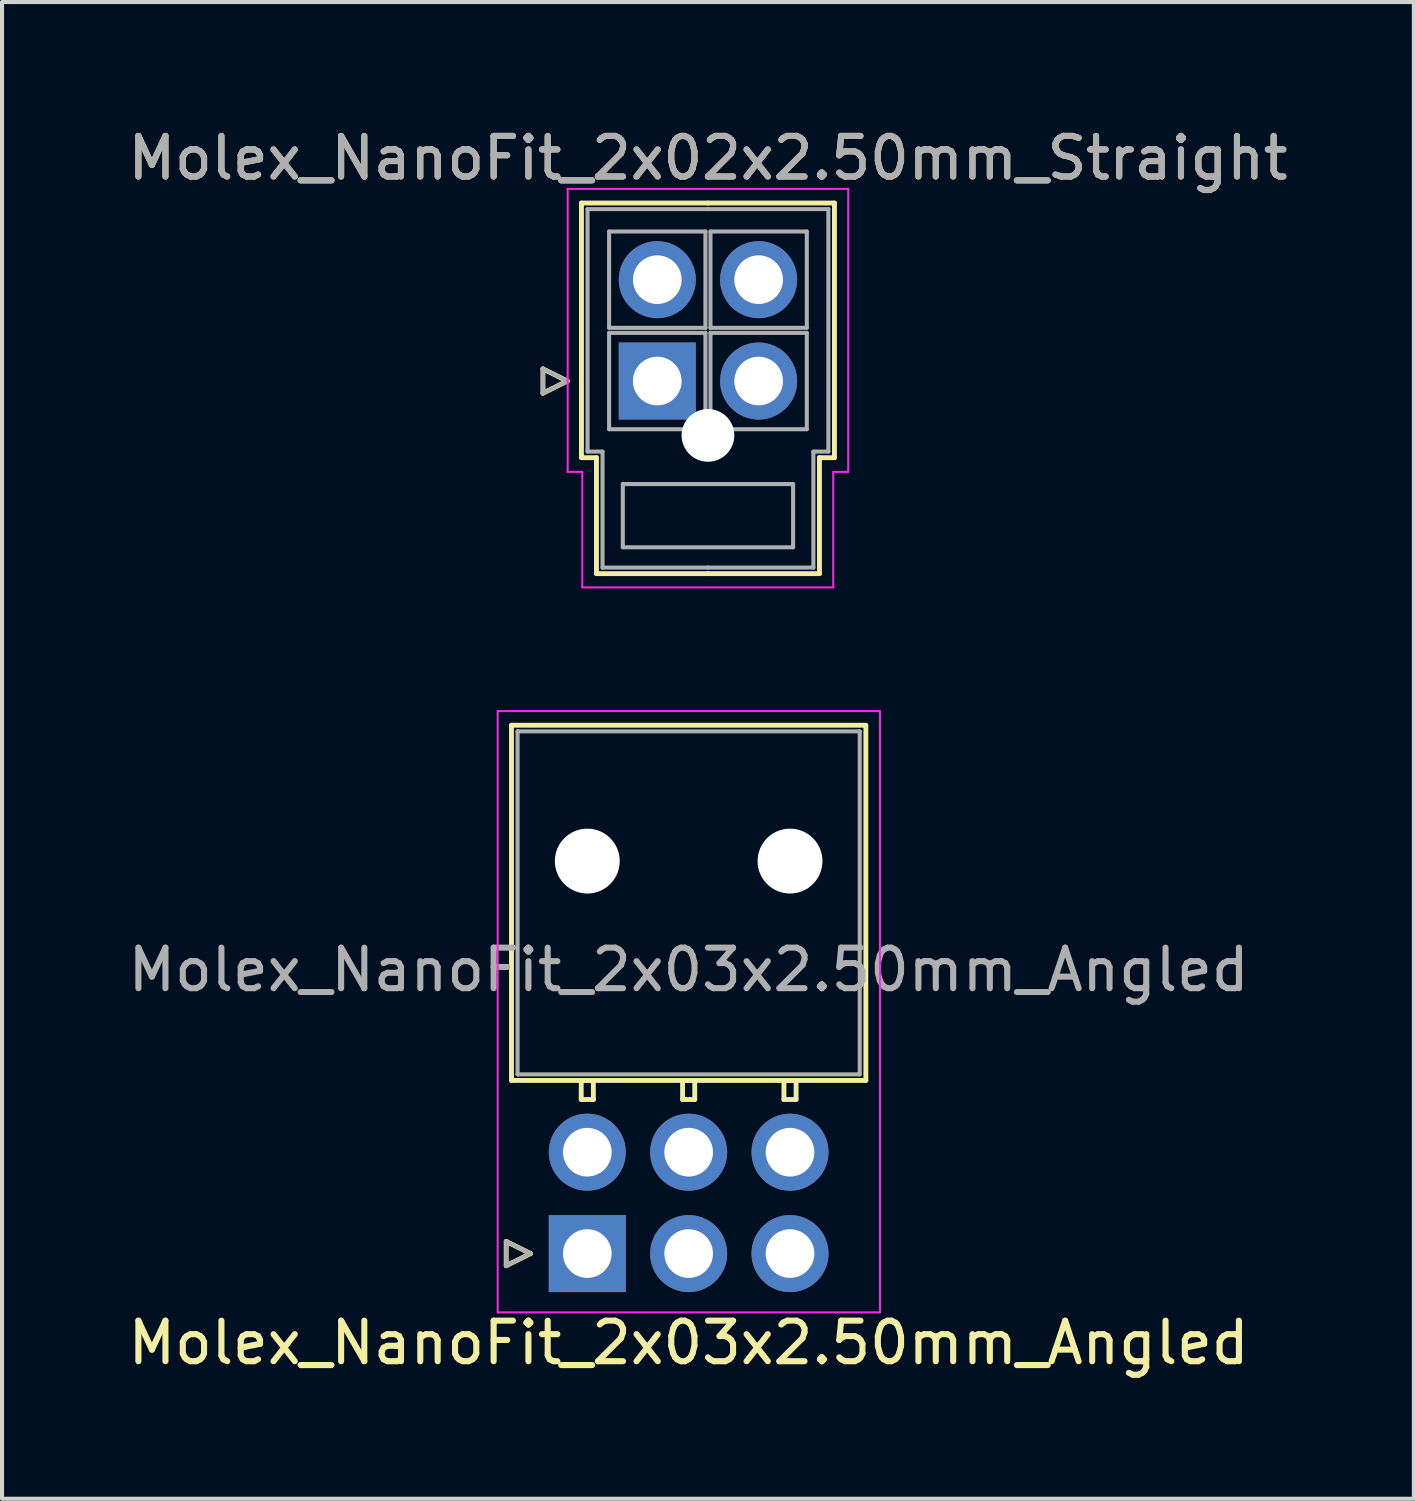
<source format=kicad_pcb>
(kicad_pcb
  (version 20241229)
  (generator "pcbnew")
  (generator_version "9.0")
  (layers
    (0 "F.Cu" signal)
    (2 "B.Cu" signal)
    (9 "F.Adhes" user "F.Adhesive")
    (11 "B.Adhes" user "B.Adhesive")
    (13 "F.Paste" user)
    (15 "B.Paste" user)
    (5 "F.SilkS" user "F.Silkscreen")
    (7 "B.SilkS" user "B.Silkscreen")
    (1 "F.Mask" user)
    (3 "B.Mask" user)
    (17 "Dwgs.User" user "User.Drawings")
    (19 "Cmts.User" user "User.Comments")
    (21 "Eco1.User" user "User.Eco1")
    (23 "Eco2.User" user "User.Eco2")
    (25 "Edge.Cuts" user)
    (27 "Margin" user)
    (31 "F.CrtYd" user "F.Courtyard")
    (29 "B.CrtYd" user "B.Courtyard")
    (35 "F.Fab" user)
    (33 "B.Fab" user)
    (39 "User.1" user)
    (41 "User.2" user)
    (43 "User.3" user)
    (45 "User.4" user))
  (footprint "Molex_NanoFit_2x02x2.50mm_Straight"
    (layer "F.Cu")
    (at 13.161 6.348)
    (property "Reference" "Molex_NanoFit_2x02x2.50mm_Straight" (at 1.25 -5.5 0) (layer "F.SilkS") (effects (font (size 1 1) (thickness 0.15))))
    (attr through_hole)
    (fp_line (start -2.82 -0.3) (end -2.22 0) (stroke (width 0.12) (type solid)) (layer "F.SilkS"))
    (fp_line (start -2.82 0.3) (end -2.82 -0.3) (stroke (width 0.12) (type solid)) (layer "F.SilkS"))
    (fp_line (start -2.22 0) (end -2.82 0.3) (stroke (width 0.12) (type solid)) (layer "F.SilkS"))
    (fp_line (start -1.87 -4.39) (end -1.87 1.89) (stroke (width 0.12) (type solid)) (layer "F.SilkS"))
    (fp_line (start -1.87 1.89) (end -1.5 1.89) (stroke (width 0.12) (type solid)) (layer "F.SilkS"))
    (fp_line (start -1.5 1.89) (end -1.5 4.75) (stroke (width 0.12) (type solid)) (layer "F.SilkS"))
    (fp_line (start -1.5 4.75) (end 1.25 4.75) (stroke (width 0.12) (type solid)) (layer "F.SilkS"))
    (fp_line (start 1.25 -4.39) (end -1.87 -4.39) (stroke (width 0.12) (type solid)) (layer "F.SilkS"))
    (fp_line (start 1.25 -4.39) (end 4.37 -4.39) (stroke (width 0.12) (type solid)) (layer "F.SilkS"))
    (fp_line (start 4 1.89) (end 4 4.75) (stroke (width 0.12) (type solid)) (layer "F.SilkS"))
    (fp_line (start 4 4.75) (end 1.25 4.75) (stroke (width 0.12) (type solid)) (layer "F.SilkS"))
    (fp_line (start 4.37 -4.39) (end 4.37 1.89) (stroke (width 0.12) (type solid)) (layer "F.SilkS"))
    (fp_line (start 4.37 1.89) (end 4 1.89) (stroke (width 0.12) (type solid)) (layer "F.SilkS"))
    (fp_line (start -2.21 -4.74) (end -2.21 2.24) (stroke (width 0.05) (type solid)) (layer "F.CrtYd"))
    (fp_line (start -2.21 2.24) (end -1.85 2.24) (stroke (width 0.05) (type solid)) (layer "F.CrtYd"))
    (fp_line (start -1.85 2.24) (end -1.85 5.09) (stroke (width 0.05) (type solid)) (layer "F.CrtYd"))
    (fp_line (start -1.85 5.09) (end 4.34 5.09) (stroke (width 0.05) (type solid)) (layer "F.CrtYd"))
    (fp_line (start 4.34 2.24) (end 4.71 2.24) (stroke (width 0.05) (type solid)) (layer "F.CrtYd"))
    (fp_line (start 4.34 5.09) (end 4.34 2.24) (stroke (width 0.05) (type solid)) (layer "F.CrtYd"))
    (fp_line (start 4.71 -4.74) (end -2.21 -4.74) (stroke (width 0.05) (type solid)) (layer "F.CrtYd"))
    (fp_line (start 4.71 2.24) (end 4.71 -4.74) (stroke (width 0.05) (type solid)) (layer "F.CrtYd"))
    (fp_line (start -2.82 -0.3) (end -2.22 0) (stroke (width 0.1) (type solid)) (layer "F.Fab"))
    (fp_line (start -2.82 0.3) (end -2.82 -0.3) (stroke (width 0.1) (type solid)) (layer "F.Fab"))
    (fp_line (start -2.22 0) (end -2.82 0.3) (stroke (width 0.1) (type solid)) (layer "F.Fab"))
    (fp_line (start -1.72 -4.24) (end -1.72 1.74) (stroke (width 0.1) (type solid)) (layer "F.Fab"))
    (fp_line (start -1.72 1.74) (end -1.35 1.74) (stroke (width 0.1) (type solid)) (layer "F.Fab"))
    (fp_line (start -1.35 1.74) (end -1.35 4.6) (stroke (width 0.1) (type solid)) (layer "F.Fab"))
    (fp_line (start -1.35 4.6) (end 1.25 4.6) (stroke (width 0.1) (type solid)) (layer "F.Fab"))
    (fp_line (start -1.188 -3.688) (end -1.188 -1.312) (stroke (width 0.1) (type solid)) (layer "F.Fab"))
    (fp_line (start -1.188 -1.312) (end 1.188 -1.312) (stroke (width 0.1) (type solid)) (layer "F.Fab"))
    (fp_line (start -1.188 -1.188) (end -1.188 1.188) (stroke (width 0.1) (type solid)) (layer "F.Fab"))
    (fp_line (start -1.188 1.188) (end 1.188 1.188) (stroke (width 0.1) (type solid)) (layer "F.Fab"))
    (fp_line (start -0.85 2.54) (end -0.85 4.1) (stroke (width 0.1) (type solid)) (layer "F.Fab"))
    (fp_line (start -0.85 4.1) (end 3.35 4.1) (stroke (width 0.1) (type solid)) (layer "F.Fab"))
    (fp_line (start 1.188 -3.688) (end -1.188 -3.688) (stroke (width 0.1) (type solid)) (layer "F.Fab"))
    (fp_line (start 1.188 -1.312) (end 1.188 -3.688) (stroke (width 0.1) (type solid)) (layer "F.Fab"))
    (fp_line (start 1.188 -1.188) (end -1.188 -1.188) (stroke (width 0.1) (type solid)) (layer "F.Fab"))
    (fp_line (start 1.188 1.188) (end 1.188 -1.188) (stroke (width 0.1) (type solid)) (layer "F.Fab"))
    (fp_line (start 1.25 -4.24) (end -1.72 -4.24) (stroke (width 0.1) (type solid)) (layer "F.Fab"))
    (fp_line (start 1.25 -4.24) (end 4.22 -4.24) (stroke (width 0.1) (type solid)) (layer "F.Fab"))
    (fp_line (start 1.312 -3.688) (end 1.312 -1.312) (stroke (width 0.1) (type solid)) (layer "F.Fab"))
    (fp_line (start 1.312 -1.312) (end 3.688 -1.312) (stroke (width 0.1) (type solid)) (layer "F.Fab"))
    (fp_line (start 1.312 -1.188) (end 1.312 1.188) (stroke (width 0.1) (type solid)) (layer "F.Fab"))
    (fp_line (start 1.312 1.188) (end 3.688 1.188) (stroke (width 0.1) (type solid)) (layer "F.Fab"))
    (fp_line (start 3.35 2.54) (end -0.85 2.54) (stroke (width 0.1) (type solid)) (layer "F.Fab"))
    (fp_line (start 3.35 4.1) (end 3.35 2.54) (stroke (width 0.1) (type solid)) (layer "F.Fab"))
    (fp_line (start 3.688 -3.688) (end 1.312 -3.688) (stroke (width 0.1) (type solid)) (layer "F.Fab"))
    (fp_line (start 3.688 -1.312) (end 3.688 -3.688) (stroke (width 0.1) (type solid)) (layer "F.Fab"))
    (fp_line (start 3.688 -1.188) (end 1.312 -1.188) (stroke (width 0.1) (type solid)) (layer "F.Fab"))
    (fp_line (start 3.688 1.188) (end 3.688 -1.188) (stroke (width 0.1) (type solid)) (layer "F.Fab"))
    (fp_line (start 3.85 1.74) (end 3.85 4.6) (stroke (width 0.1) (type solid)) (layer "F.Fab"))
    (fp_line (start 3.85 4.6) (end 1.25 4.6) (stroke (width 0.1) (type solid)) (layer "F.Fab"))
    (fp_line (start 4.22 -4.24) (end 4.22 1.74) (stroke (width 0.1) (type solid)) (layer "F.Fab"))
    (fp_line (start 4.22 1.74) (end 3.85 1.74) (stroke (width 0.1) (type solid)) (layer "F.Fab"))
    (fp_text user "${REFERENCE}" (at 1.25 -5.5 0) (layer "F.Fab") (effects (font (size 1 1) (thickness 0.15))))
    (pad "" np_thru_hole circle (at 1.25 1.34) (size 1.3 1.3) (drill 1.3) (layers "*.Cu" "*.Mask"))
    (pad "1" thru_hole rect (at 0 0) (size 1.9 1.9) (drill 1.2) (layers "*.Cu" "*.Mask"))
    (pad "2" thru_hole circle (at 2.5 0) (size 1.9 1.9) (drill 1.2) (layers "*.Cu" "*.Mask"))
    (pad "3" thru_hole circle (at 0 -2.5) (size 1.9 1.9) (drill 1.2) (layers "*.Cu" "*.Mask"))
    (pad "4" thru_hole circle (at 2.5 -2.5) (size 1.9 1.9) (drill 1.2) (layers "*.Cu" "*.Mask")))
  (footprint "Molex_NanoFit_2x03x2.50mm_Angled"
    (layer "F.Cu")
    (at 11.435 27.868)
    (property "Reference" "Molex_NanoFit_2x03x2.50mm_Angled" (at 2.5 2.2 0) (layer "F.SilkS") (effects (font (size 1 1) (thickness 0.15))))
    (attr through_hole)
    (fp_line (start -2 -0.3) (end -1.4 0) (stroke (width 0.12) (type solid)) (layer "F.SilkS"))
    (fp_line (start -2 0.3) (end -2 -0.3) (stroke (width 0.12) (type solid)) (layer "F.SilkS"))
    (fp_line (start -1.87 -13.03) (end -1.87 -4.27) (stroke (width 0.12) (type solid)) (layer "F.SilkS"))
    (fp_line (start -1.87 -4.27) (end 6.87 -4.27) (stroke (width 0.12) (type solid)) (layer "F.SilkS"))
    (fp_line (start -1.4 0) (end -2 0.3) (stroke (width 0.12) (type solid)) (layer "F.SilkS"))
    (fp_line (start -0.15 -4.27) (end -0.15 -3.8) (stroke (width 0.12) (type solid)) (layer "F.SilkS"))
    (fp_line (start -0.15 -3.8) (end 0.15 -3.8) (stroke (width 0.12) (type solid)) (layer "F.SilkS"))
    (fp_line (start 0.15 -4.27) (end -0.15 -4.27) (stroke (width 0.12) (type solid)) (layer "F.SilkS"))
    (fp_line (start 0.15 -3.8) (end 0.15 -4.27) (stroke (width 0.12) (type solid)) (layer "F.SilkS"))
    (fp_line (start 2.35 -4.27) (end 2.35 -3.8) (stroke (width 0.12) (type solid)) (layer "F.SilkS"))
    (fp_line (start 2.35 -3.8) (end 2.65 -3.8) (stroke (width 0.12) (type solid)) (layer "F.SilkS"))
    (fp_line (start 2.65 -4.27) (end 2.35 -4.27) (stroke (width 0.12) (type solid)) (layer "F.SilkS"))
    (fp_line (start 2.65 -3.8) (end 2.65 -4.27) (stroke (width 0.12) (type solid)) (layer "F.SilkS"))
    (fp_line (start 4.85 -4.27) (end 4.85 -3.8) (stroke (width 0.12) (type solid)) (layer "F.SilkS"))
    (fp_line (start 4.85 -3.8) (end 5.15 -3.8) (stroke (width 0.12) (type solid)) (layer "F.SilkS"))
    (fp_line (start 5.15 -4.27) (end 4.85 -4.27) (stroke (width 0.12) (type solid)) (layer "F.SilkS"))
    (fp_line (start 5.15 -3.8) (end 5.15 -4.27) (stroke (width 0.12) (type solid)) (layer "F.SilkS"))
    (fp_line (start 6.87 -13.03) (end -1.87 -13.03) (stroke (width 0.12) (type solid)) (layer "F.SilkS"))
    (fp_line (start 6.87 -4.27) (end 6.87 -13.03) (stroke (width 0.12) (type solid)) (layer "F.SilkS"))
    (fp_line (start -2.21 -13.38) (end -2.21 1.45) (stroke (width 0.05) (type solid)) (layer "F.CrtYd"))
    (fp_line (start -2.21 1.45) (end 7.22 1.45) (stroke (width 0.05) (type solid)) (layer "F.CrtYd"))
    (fp_line (start 7.22 -13.38) (end -2.21 -13.38) (stroke (width 0.05) (type solid)) (layer "F.CrtYd"))
    (fp_line (start 7.22 1.45) (end 7.22 -13.38) (stroke (width 0.05) (type solid)) (layer "F.CrtYd"))
    (fp_line (start -2 -0.3) (end -1.4 0) (stroke (width 0.1) (type solid)) (layer "F.Fab"))
    (fp_line (start -2 0.3) (end -2 -0.3) (stroke (width 0.1) (type solid)) (layer "F.Fab"))
    (fp_line (start -1.72 -12.88) (end -1.72 -4.42) (stroke (width 0.1) (type solid)) (layer "F.Fab"))
    (fp_line (start -1.72 -4.42) (end 6.72 -4.42) (stroke (width 0.1) (type solid)) (layer "F.Fab"))
    (fp_line (start -1.4 0) (end -2 0.3) (stroke (width 0.1) (type solid)) (layer "F.Fab"))
    (fp_line (start 6.72 -12.88) (end -1.72 -12.88) (stroke (width 0.1) (type solid)) (layer "F.Fab"))
    (fp_line (start 6.72 -4.42) (end 6.72 -12.88) (stroke (width 0.1) (type solid)) (layer "F.Fab"))
    (fp_text user "${REFERENCE}" (at 2.5 -7 0) (layer "F.Fab") (effects (font (size 1 1) (thickness 0.15))))
    (pad "" np_thru_hole circle (at 0 -9.68) (size 1.6 1.6) (drill 1.6) (layers "*.Cu" "*.Mask"))
    (pad "" np_thru_hole circle (at 5 -9.68) (size 1.6 1.6) (drill 1.6) (layers "*.Cu" "*.Mask"))
    (pad "1" thru_hole rect (at 0 0) (size 1.9 1.9) (drill 1.2) (layers "*.Cu" "*.Mask"))
    (pad "2" thru_hole circle (at 2.5 0) (size 1.9 1.9) (drill 1.2) (layers "*.Cu" "*.Mask"))
    (pad "3" thru_hole circle (at 5 0) (size 1.9 1.9) (drill 1.2) (layers "*.Cu" "*.Mask"))
    (pad "4" thru_hole circle (at 0 -2.5) (size 1.9 1.9) (drill 1.2) (layers "*.Cu" "*.Mask"))
    (pad "5" thru_hole circle (at 2.5 -2.5) (size 1.9 1.9) (drill 1.2) (layers "*.Cu" "*.Mask"))
    (pad "6" thru_hole circle (at 5 -2.5) (size 1.9 1.9) (drill 1.2) (layers "*.Cu" "*.Mask")))
  (gr_rect
    (start -3 -3)
    (end 31.821 33.916)
    (stroke (width 0.1) (type default))
    (fill no)
    (layer "Edge.Cuts")))
</source>
